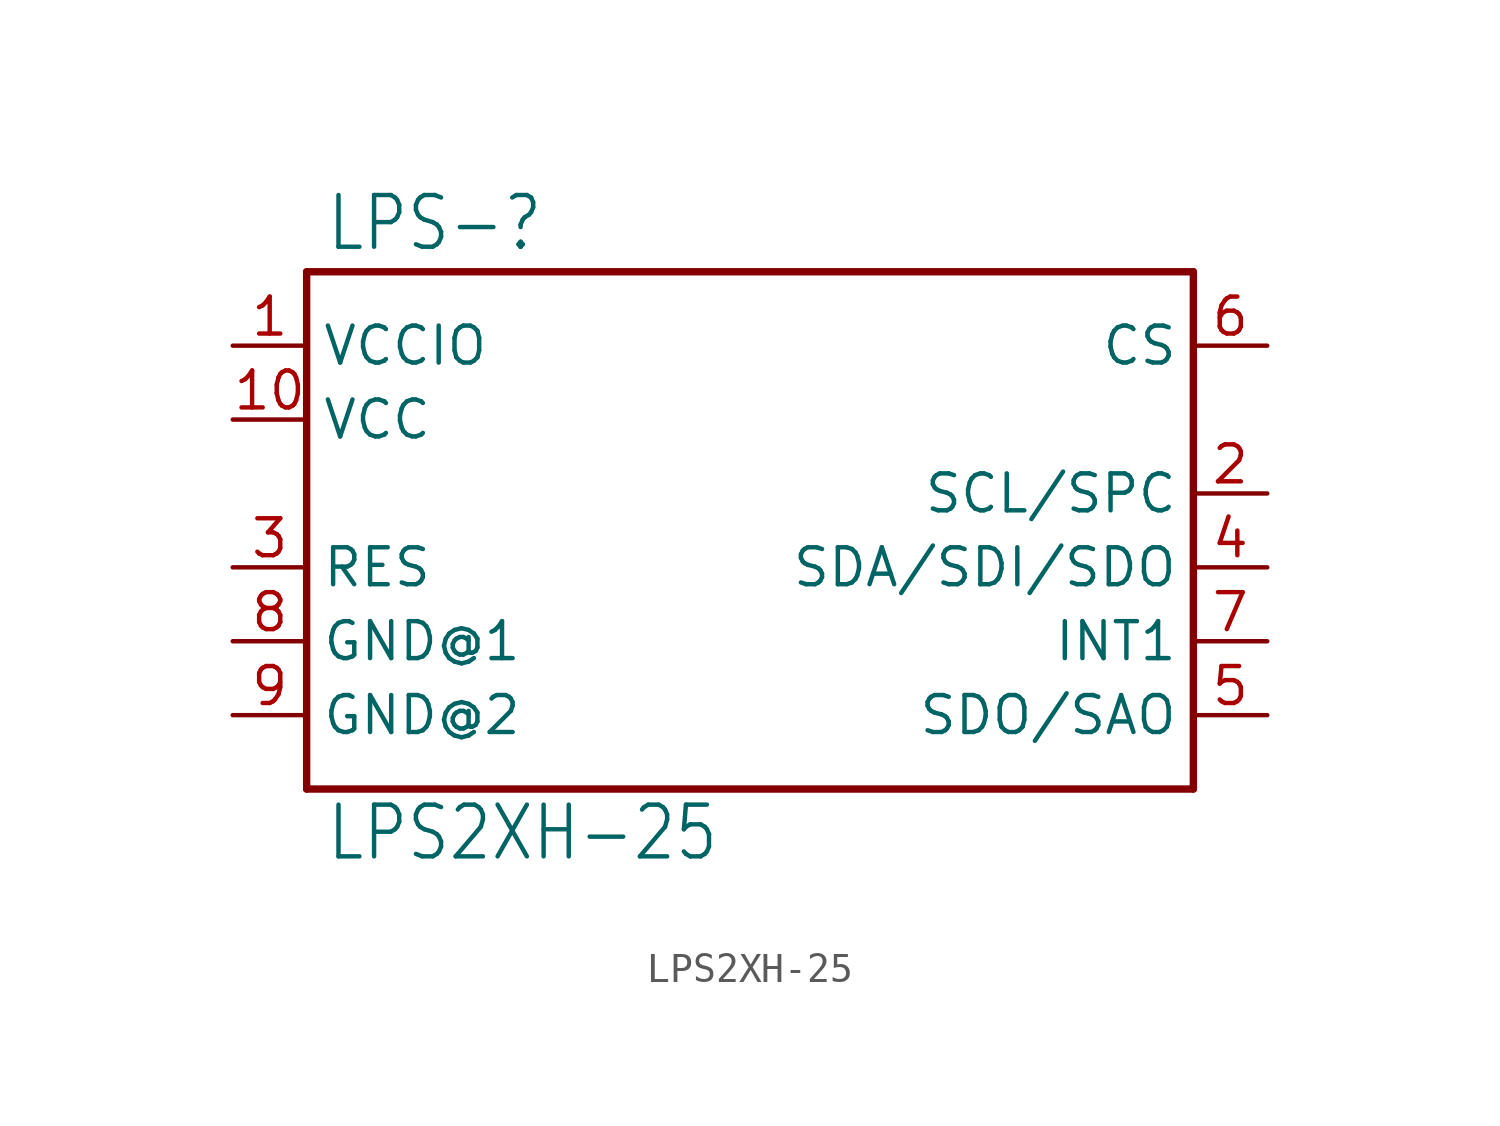
<source format=kicad_sym>
(kicad_symbol_lib
  (version 20211014)
  (generator kicad_symbol_editor)
  (symbol "LPS2XH-25"
    (property "Reference" "LPS-"
      (at -14.605 10.795 0)
      (effects (font (size 1.778 1.511)) (justify left bottom)))
    (property "Value" "LPS2XH-25"
      (at -14.605 -10.16 0)
      (effects (font (size 1.778 1.511)) (justify left bottom)))
    (property "ki_locked" ""
      (at 0 0 0)
      (effects (font (size 1.27 1.27))))
    (symbol "LPS2XH-25_1_0"
      (polyline (pts (xy -15.24 -7.62) (xy -15.24 10.16)) (stroke (width 0.254) (type default) (color 0 0 0 0)) (fill (type none)))
      (polyline (pts (xy -15.24 10.16) (xy 15.24 10.16)) (stroke (width 0.254) (type default) (color 0 0 0 0)) (fill (type none)))
      (polyline (pts (xy 15.24 -7.62) (xy -15.24 -7.62)) (stroke (width 0.254) (type default) (color 0 0 0 0)) (fill (type none)))
      (polyline (pts (xy 15.24 10.16) (xy 15.24 -7.62)) (stroke (width 0.254) (type default) (color 0 0 0 0)) (fill (type none)))
      (pin bidirectional line (at -17.78 7.62 0) (length 2.54) (name "VCCIO" (effects (font (size 1.27 1.27)))) (number "1" (effects (font (size 1.27 1.27)))))
      (pin bidirectional line (at -17.78 5.08 0) (length 2.54) (name "VCC" (effects (font (size 1.27 1.27)))) (number "10" (effects (font (size 1.27 1.27)))))
      (pin bidirectional line (at 17.78 2.54 180) (length 2.54) (name "SCL/SPC" (effects (font (size 1.27 1.27)))) (number "2" (effects (font (size 1.27 1.27)))))
      (pin bidirectional line (at -17.78 0 0) (length 2.54) (name "RES" (effects (font (size 1.27 1.27)))) (number "3" (effects (font (size 1.27 1.27)))))
      (pin bidirectional line (at 17.78 0 180) (length 2.54) (name "SDA/SDI/SDO" (effects (font (size 1.27 1.27)))) (number "4" (effects (font (size 1.27 1.27)))))
      (pin bidirectional line (at 17.78 -5.08 180) (length 2.54) (name "SDO/SAO" (effects (font (size 1.27 1.27)))) (number "5" (effects (font (size 1.27 1.27)))))
      (pin bidirectional line (at 17.78 7.62 180) (length 2.54) (name "CS" (effects (font (size 1.27 1.27)))) (number "6" (effects (font (size 1.27 1.27)))))
      (pin bidirectional line (at 17.78 -2.54 180) (length 2.54) (name "INT1" (effects (font (size 1.27 1.27)))) (number "7" (effects (font (size 1.27 1.27)))))
      (pin bidirectional line (at -17.78 -2.54 0) (length 2.54) (name "GND@1" (effects (font (size 1.27 1.27)))) (number "8" (effects (font (size 1.27 1.27)))))
      (pin bidirectional line (at -17.78 -5.08 0) (length 2.54) (name "GND@2" (effects (font (size 1.27 1.27)))) (number "9" (effects (font (size 1.27 1.27))))))))
</source>
